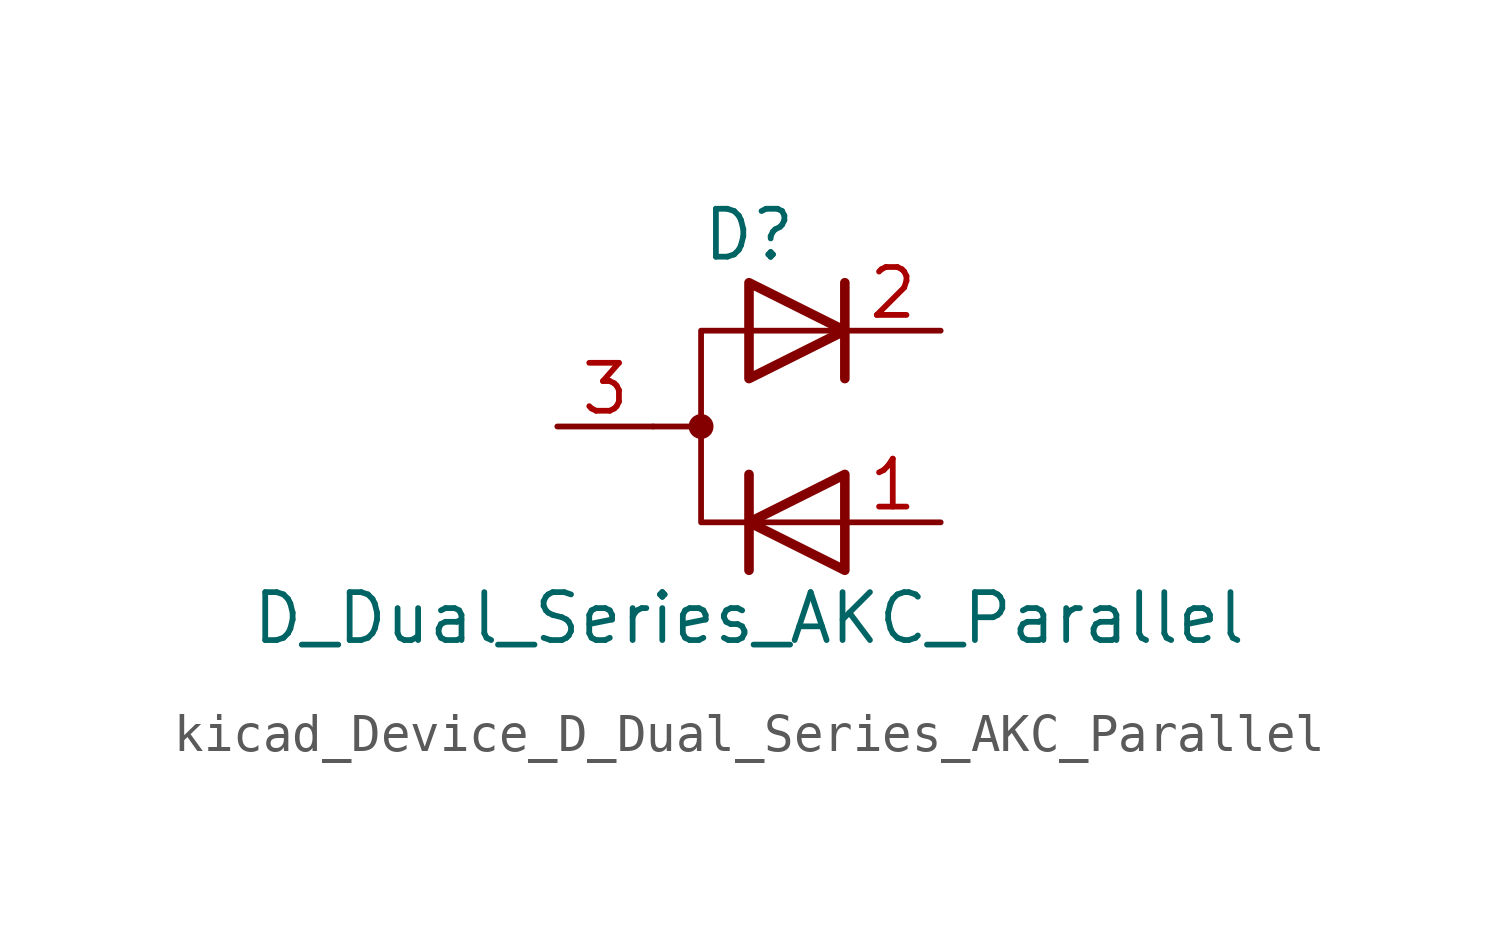
<source format=kicad_sym>
(kicad_symbol_lib
  (version 20220914)
  (generator kicad_symbol_editor)
  (symbol "kicad_Device_D_Dual_Series_AKC_Parallel"
    (pin_names
      (offset 0.762) hide)
    (property "Reference" "D"
      (at 0 5.08 0)
      (effects (font (size 1.27 1.27))))
    (property "Value" "D_Dual_Series_AKC_Parallel"
      (at 0 -5.08 0)
      (effects (font (size 1.27 1.27))))
    (symbol "kicad_Device_D_Dual_Series_AKC_Parallel_0_0"
      (polyline (pts (xy 0 -1.27) (xy 0 -3.81)) (stroke (width 0.254) (type default)) (fill (type none)))
      (polyline (pts (xy 2.54 3.81) (xy 2.54 1.27)) (stroke (width 0.254) (type default)) (fill (type none))))
    (symbol "kicad_Device_D_Dual_Series_AKC_Parallel_0_1"
      (circle (center -1.27 0) (radius 0.254) (stroke (width 0) (type default)) (fill (type outline)))
      (polyline (pts (xy -1.27 0) (xy -2.54 0)) (stroke (width 0) (type default)) (fill (type none)))
      (polyline (pts (xy 2.54 2.54) (xy -1.27 2.54) (xy -1.27 -2.54) (xy 2.54 -2.54)) (stroke (width 0) (type default)) (fill (type none)))
      (polyline (pts (xy 0 3.81) (xy 2.54 2.54) (xy 0 1.27) (xy 0 3.81) (xy 0 3.81) (xy 0 3.81)) (stroke (width 0.254) (type default)) (fill (type none)))
      (polyline (pts (xy 2.54 -1.27) (xy 0 -2.54) (xy 2.54 -3.81) (xy 2.54 -1.27) (xy 2.54 -1.27) (xy 2.54 -1.27)) (stroke (width 0.254) (type default)) (fill (type none)))
      (pin passive line (at 5.08 -2.54 180) (length 2.54) (name "K" (effects (font (size 1.27 1.27)))) (number "1" (effects (font (size 1.27 1.27)))))
      (pin passive line (at 5.08 2.54 180) (length 2.54) (name "K" (effects (font (size 1.27 1.27)))) (number "2" (effects (font (size 1.27 1.27)))))
      (pin passive line (at -5.08 0 0) (length 2.54) (name "A" (effects (font (size 1.27 1.27)))) (number "3" (effects (font (size 1.27 1.27))))))))
</source>
